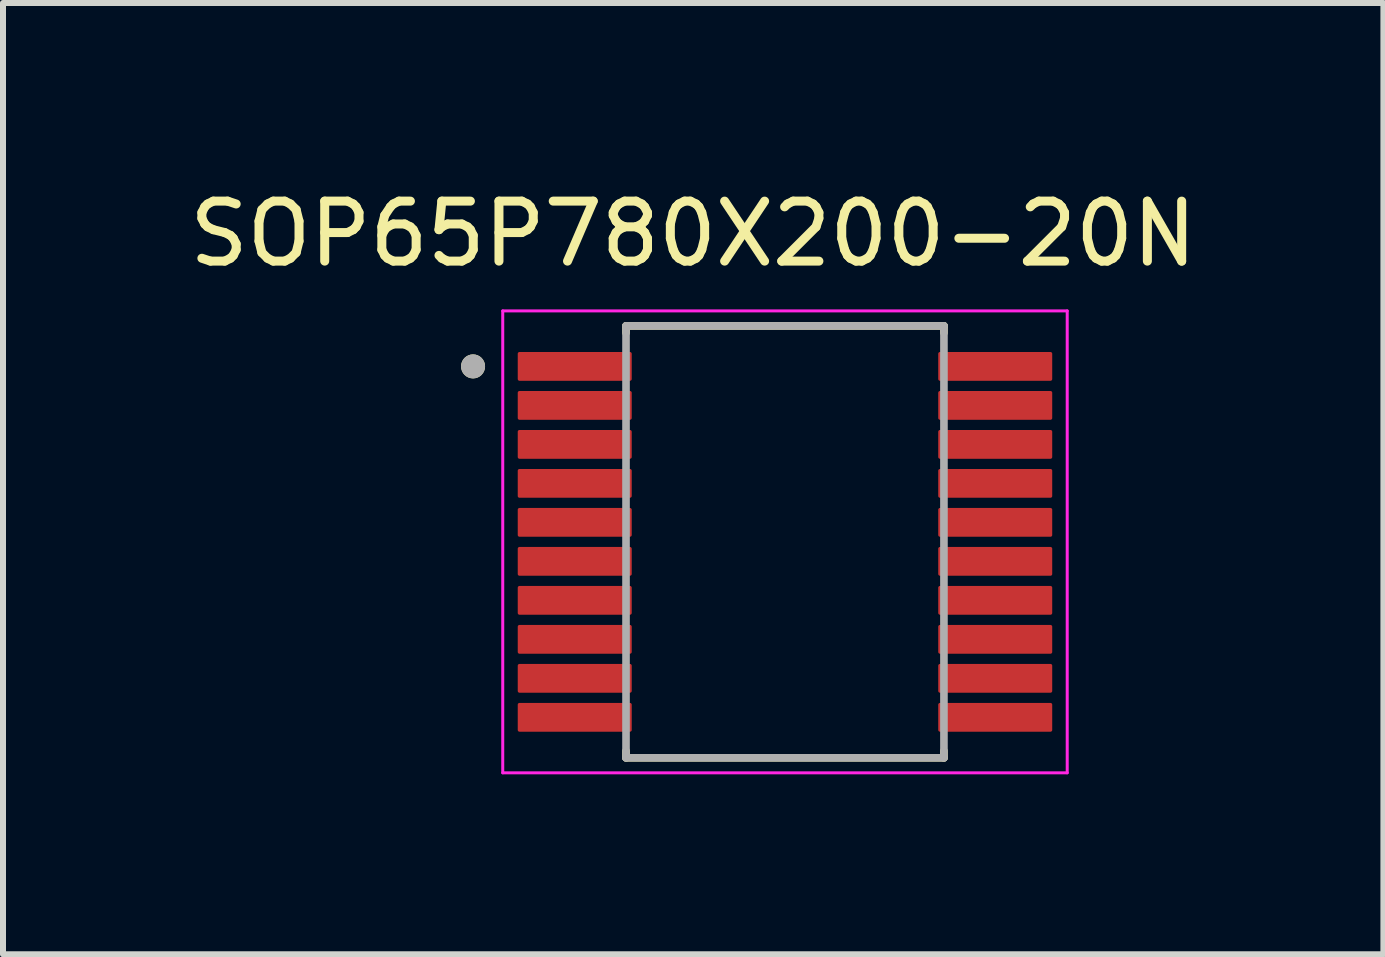
<source format=kicad_pcb>
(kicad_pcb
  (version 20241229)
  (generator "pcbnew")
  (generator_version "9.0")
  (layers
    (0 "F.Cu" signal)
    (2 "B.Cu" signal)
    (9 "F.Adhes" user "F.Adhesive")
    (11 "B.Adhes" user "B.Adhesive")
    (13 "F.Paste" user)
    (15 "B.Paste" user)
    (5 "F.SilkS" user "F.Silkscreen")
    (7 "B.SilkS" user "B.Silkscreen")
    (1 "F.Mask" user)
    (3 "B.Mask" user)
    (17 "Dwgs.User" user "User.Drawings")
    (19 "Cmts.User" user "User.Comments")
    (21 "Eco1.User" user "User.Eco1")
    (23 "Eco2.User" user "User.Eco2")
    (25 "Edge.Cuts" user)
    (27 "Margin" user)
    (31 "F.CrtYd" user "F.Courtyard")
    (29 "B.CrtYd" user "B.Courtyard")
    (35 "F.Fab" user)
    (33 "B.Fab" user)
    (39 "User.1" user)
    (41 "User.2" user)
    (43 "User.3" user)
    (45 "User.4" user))
  (footprint "SOP65P780X200-20N"
    (layer "F.Cu")
    (at 10.036 5.983)
    (property "Reference" "SOP65P780X200-20N" (at -1.53 -5.135 180) (layer "F.SilkS") (effects (font (size 1 1) (thickness 0.15))))
    (attr smd)
    (fp_poly (pts (xy -2.505 -3.145) (xy -2.505 -2.705) (xy -2.505 -2.701) (xy -2.505 -2.698) (xy -2.506 -2.694) (xy -2.507 -2.69) (xy -2.507 -2.687) (xy -2.508 -2.683) (xy -2.51 -2.68) (xy -2.511 -2.677) (xy -2.513 -2.673) (xy -2.514 -2.67) (xy -2.516 -2.667) (xy -2.518 -2.664) (xy -2.521 -2.661) (xy -2.523 -2.658) (xy -2.526 -2.656) (xy -2.528 -2.653) (xy -2.531 -2.651) (xy -2.534 -2.648) (xy -2.537 -2.646) (xy -2.54 -2.644) (xy -2.543 -2.643) (xy -2.547 -2.641) (xy -2.55 -2.64) (xy -2.553 -2.638) (xy -2.557 -2.637) (xy -2.56 -2.637) (xy -2.564 -2.636) (xy -2.568 -2.635) (xy -2.571 -2.635) (xy -2.575 -2.635) (xy -4.435 -2.635) (xy -4.439 -2.635) (xy -4.442 -2.635) (xy -4.446 -2.636) (xy -4.45 -2.637) (xy -4.453 -2.637) (xy -4.457 -2.638) (xy -4.46 -2.64) (xy -4.463 -2.641) (xy -4.467 -2.643) (xy -4.47 -2.644) (xy -4.473 -2.646) (xy -4.476 -2.648) (xy -4.479 -2.651) (xy -4.482 -2.653) (xy -4.484 -2.656) (xy -4.487 -2.658) (xy -4.489 -2.661) (xy -4.492 -2.664) (xy -4.494 -2.667) (xy -4.496 -2.67) (xy -4.497 -2.673) (xy -4.499 -2.677) (xy -4.5 -2.68) (xy -4.502 -2.683) (xy -4.503 -2.687) (xy -4.503 -2.69) (xy -4.504 -2.694) (xy -4.505 -2.698) (xy -4.505 -2.701) (xy -4.505 -2.705) (xy -4.505 -3.145) (xy -4.505 -3.149) (xy -4.505 -3.152) (xy -4.504 -3.156) (xy -4.503 -3.16) (xy -4.503 -3.163) (xy -4.502 -3.167) (xy -4.5 -3.17) (xy -4.499 -3.173) (xy -4.497 -3.177) (xy -4.496 -3.18) (xy -4.494 -3.183) (xy -4.492 -3.186) (xy -4.489 -3.189) (xy -4.487 -3.192) (xy -4.484 -3.194) (xy -4.482 -3.197) (xy -4.479 -3.199) (xy -4.476 -3.202) (xy -4.473 -3.204) (xy -4.47 -3.206) (xy -4.467 -3.207) (xy -4.463 -3.209) (xy -4.46 -3.21) (xy -4.457 -3.212) (xy -4.453 -3.213) (xy -4.45 -3.213) (xy -4.446 -3.214) (xy -4.442 -3.215) (xy -4.439 -3.215) (xy -4.435 -3.215) (xy -2.575 -3.215) (xy -2.571 -3.215) (xy -2.568 -3.215) (xy -2.564 -3.214) (xy -2.56 -3.213) (xy -2.557 -3.213) (xy -2.553 -3.212) (xy -2.55 -3.21) (xy -2.547 -3.209) (xy -2.543 -3.207) (xy -2.54 -3.206) (xy -2.537 -3.204) (xy -2.534 -3.202) (xy -2.531 -3.199) (xy -2.528 -3.197) (xy -2.526 -3.194) (xy -2.523 -3.192) (xy -2.521 -3.189) (xy -2.518 -3.186) (xy -2.516 -3.183) (xy -2.514 -3.18) (xy -2.513 -3.177) (xy -2.511 -3.173) (xy -2.51 -3.17) (xy -2.508 -3.167) (xy -2.507 -3.163) (xy -2.507 -3.16) (xy -2.506 -3.156) (xy -2.505 -3.152) (xy -2.505 -3.149) (xy -2.505 -3.145)) (stroke (width 0.01) (type solid)) (fill yes) (layer "F.Mask"))
    (fp_poly (pts (xy -2.505 -2.495) (xy -2.505 -2.055) (xy -2.505 -2.051) (xy -2.505 -2.048) (xy -2.506 -2.044) (xy -2.507 -2.04) (xy -2.507 -2.037) (xy -2.508 -2.033) (xy -2.51 -2.03) (xy -2.511 -2.027) (xy -2.513 -2.023) (xy -2.514 -2.02) (xy -2.516 -2.017) (xy -2.518 -2.014) (xy -2.521 -2.011) (xy -2.523 -2.008) (xy -2.526 -2.006) (xy -2.528 -2.003) (xy -2.531 -2.001) (xy -2.534 -1.998) (xy -2.537 -1.996) (xy -2.54 -1.994) (xy -2.543 -1.993) (xy -2.547 -1.991) (xy -2.55 -1.99) (xy -2.553 -1.988) (xy -2.557 -1.987) (xy -2.56 -1.987) (xy -2.564 -1.986) (xy -2.568 -1.985) (xy -2.571 -1.985) (xy -2.575 -1.985) (xy -4.435 -1.985) (xy -4.439 -1.985) (xy -4.442 -1.985) (xy -4.446 -1.986) (xy -4.45 -1.987) (xy -4.453 -1.987) (xy -4.457 -1.988) (xy -4.46 -1.99) (xy -4.463 -1.991) (xy -4.467 -1.993) (xy -4.47 -1.994) (xy -4.473 -1.996) (xy -4.476 -1.998) (xy -4.479 -2.001) (xy -4.482 -2.003) (xy -4.484 -2.006) (xy -4.487 -2.008) (xy -4.489 -2.011) (xy -4.492 -2.014) (xy -4.494 -2.017) (xy -4.496 -2.02) (xy -4.497 -2.023) (xy -4.499 -2.027) (xy -4.5 -2.03) (xy -4.502 -2.033) (xy -4.503 -2.037) (xy -4.503 -2.04) (xy -4.504 -2.044) (xy -4.505 -2.048) (xy -4.505 -2.051) (xy -4.505 -2.055) (xy -4.505 -2.495) (xy -4.505 -2.499) (xy -4.505 -2.502) (xy -4.504 -2.506) (xy -4.503 -2.51) (xy -4.503 -2.513) (xy -4.502 -2.517) (xy -4.5 -2.52) (xy -4.499 -2.523) (xy -4.497 -2.527) (xy -4.496 -2.53) (xy -4.494 -2.533) (xy -4.492 -2.536) (xy -4.489 -2.539) (xy -4.487 -2.542) (xy -4.484 -2.544) (xy -4.482 -2.547) (xy -4.479 -2.549) (xy -4.476 -2.552) (xy -4.473 -2.554) (xy -4.47 -2.556) (xy -4.467 -2.557) (xy -4.463 -2.559) (xy -4.46 -2.56) (xy -4.457 -2.562) (xy -4.453 -2.563) (xy -4.45 -2.563) (xy -4.446 -2.564) (xy -4.442 -2.565) (xy -4.439 -2.565) (xy -4.435 -2.565) (xy -2.575 -2.565) (xy -2.571 -2.565) (xy -2.568 -2.565) (xy -2.564 -2.564) (xy -2.56 -2.563) (xy -2.557 -2.563) (xy -2.553 -2.562) (xy -2.55 -2.56) (xy -2.547 -2.559) (xy -2.543 -2.557) (xy -2.54 -2.556) (xy -2.537 -2.554) (xy -2.534 -2.552) (xy -2.531 -2.549) (xy -2.528 -2.547) (xy -2.526 -2.544) (xy -2.523 -2.542) (xy -2.521 -2.539) (xy -2.518 -2.536) (xy -2.516 -2.533) (xy -2.514 -2.53) (xy -2.513 -2.527) (xy -2.511 -2.523) (xy -2.51 -2.52) (xy -2.508 -2.517) (xy -2.507 -2.513) (xy -2.507 -2.51) (xy -2.506 -2.506) (xy -2.505 -2.502) (xy -2.505 -2.499) (xy -2.505 -2.495)) (stroke (width 0.01) (type solid)) (fill yes) (layer "F.Mask"))
    (fp_poly (pts (xy -2.505 -1.845) (xy -2.505 -1.405) (xy -2.505 -1.401) (xy -2.505 -1.398) (xy -2.506 -1.394) (xy -2.507 -1.39) (xy -2.507 -1.387) (xy -2.508 -1.383) (xy -2.51 -1.38) (xy -2.511 -1.377) (xy -2.513 -1.373) (xy -2.514 -1.37) (xy -2.516 -1.367) (xy -2.518 -1.364) (xy -2.521 -1.361) (xy -2.523 -1.358) (xy -2.526 -1.356) (xy -2.528 -1.353) (xy -2.531 -1.351) (xy -2.534 -1.348) (xy -2.537 -1.346) (xy -2.54 -1.344) (xy -2.543 -1.343) (xy -2.547 -1.341) (xy -2.55 -1.34) (xy -2.553 -1.338) (xy -2.557 -1.337) (xy -2.56 -1.337) (xy -2.564 -1.336) (xy -2.568 -1.335) (xy -2.571 -1.335) (xy -2.575 -1.335) (xy -4.435 -1.335) (xy -4.439 -1.335) (xy -4.442 -1.335) (xy -4.446 -1.336) (xy -4.45 -1.337) (xy -4.453 -1.337) (xy -4.457 -1.338) (xy -4.46 -1.34) (xy -4.463 -1.341) (xy -4.467 -1.343) (xy -4.47 -1.344) (xy -4.473 -1.346) (xy -4.476 -1.348) (xy -4.479 -1.351) (xy -4.482 -1.353) (xy -4.484 -1.356) (xy -4.487 -1.358) (xy -4.489 -1.361) (xy -4.492 -1.364) (xy -4.494 -1.367) (xy -4.496 -1.37) (xy -4.497 -1.373) (xy -4.499 -1.377) (xy -4.5 -1.38) (xy -4.502 -1.383) (xy -4.503 -1.387) (xy -4.503 -1.39) (xy -4.504 -1.394) (xy -4.505 -1.398) (xy -4.505 -1.401) (xy -4.505 -1.405) (xy -4.505 -1.845) (xy -4.505 -1.849) (xy -4.505 -1.852) (xy -4.504 -1.856) (xy -4.503 -1.86) (xy -4.503 -1.863) (xy -4.502 -1.867) (xy -4.5 -1.87) (xy -4.499 -1.873) (xy -4.497 -1.877) (xy -4.496 -1.88) (xy -4.494 -1.883) (xy -4.492 -1.886) (xy -4.489 -1.889) (xy -4.487 -1.892) (xy -4.484 -1.894) (xy -4.482 -1.897) (xy -4.479 -1.899) (xy -4.476 -1.902) (xy -4.473 -1.904) (xy -4.47 -1.906) (xy -4.467 -1.907) (xy -4.463 -1.909) (xy -4.46 -1.91) (xy -4.457 -1.912) (xy -4.453 -1.913) (xy -4.45 -1.913) (xy -4.446 -1.914) (xy -4.442 -1.915) (xy -4.439 -1.915) (xy -4.435 -1.915) (xy -2.575 -1.915) (xy -2.571 -1.915) (xy -2.568 -1.915) (xy -2.564 -1.914) (xy -2.56 -1.913) (xy -2.557 -1.913) (xy -2.553 -1.912) (xy -2.55 -1.91) (xy -2.547 -1.909) (xy -2.543 -1.907) (xy -2.54 -1.906) (xy -2.537 -1.904) (xy -2.534 -1.902) (xy -2.531 -1.899) (xy -2.528 -1.897) (xy -2.526 -1.894) (xy -2.523 -1.892) (xy -2.521 -1.889) (xy -2.518 -1.886) (xy -2.516 -1.883) (xy -2.514 -1.88) (xy -2.513 -1.877) (xy -2.511 -1.873) (xy -2.51 -1.87) (xy -2.508 -1.867) (xy -2.507 -1.863) (xy -2.507 -1.86) (xy -2.506 -1.856) (xy -2.505 -1.852) (xy -2.505 -1.849) (xy -2.505 -1.845)) (stroke (width 0.01) (type solid)) (fill yes) (layer "F.Mask"))
    (fp_poly (pts (xy -2.505 -1.195) (xy -2.505 -0.755) (xy -2.505 -0.751) (xy -2.505 -0.748) (xy -2.506 -0.744) (xy -2.507 -0.74) (xy -2.507 -0.737) (xy -2.508 -0.733) (xy -2.51 -0.73) (xy -2.511 -0.727) (xy -2.513 -0.723) (xy -2.514 -0.72) (xy -2.516 -0.717) (xy -2.518 -0.714) (xy -2.521 -0.711) (xy -2.523 -0.708) (xy -2.526 -0.706) (xy -2.528 -0.703) (xy -2.531 -0.701) (xy -2.534 -0.698) (xy -2.537 -0.696) (xy -2.54 -0.694) (xy -2.543 -0.693) (xy -2.547 -0.691) (xy -2.55 -0.69) (xy -2.553 -0.688) (xy -2.557 -0.687) (xy -2.56 -0.687) (xy -2.564 -0.686) (xy -2.568 -0.685) (xy -2.571 -0.685) (xy -2.575 -0.685) (xy -4.435 -0.685) (xy -4.439 -0.685) (xy -4.442 -0.685) (xy -4.446 -0.686) (xy -4.45 -0.687) (xy -4.453 -0.687) (xy -4.457 -0.688) (xy -4.46 -0.69) (xy -4.463 -0.691) (xy -4.467 -0.693) (xy -4.47 -0.694) (xy -4.473 -0.696) (xy -4.476 -0.698) (xy -4.479 -0.701) (xy -4.482 -0.703) (xy -4.484 -0.706) (xy -4.487 -0.708) (xy -4.489 -0.711) (xy -4.492 -0.714) (xy -4.494 -0.717) (xy -4.496 -0.72) (xy -4.497 -0.723) (xy -4.499 -0.727) (xy -4.5 -0.73) (xy -4.502 -0.733) (xy -4.503 -0.737) (xy -4.503 -0.74) (xy -4.504 -0.744) (xy -4.505 -0.748) (xy -4.505 -0.751) (xy -4.505 -0.755) (xy -4.505 -1.195) (xy -4.505 -1.199) (xy -4.505 -1.202) (xy -4.504 -1.206) (xy -4.503 -1.21) (xy -4.503 -1.213) (xy -4.502 -1.217) (xy -4.5 -1.22) (xy -4.499 -1.223) (xy -4.497 -1.227) (xy -4.496 -1.23) (xy -4.494 -1.233) (xy -4.492 -1.236) (xy -4.489 -1.239) (xy -4.487 -1.242) (xy -4.484 -1.244) (xy -4.482 -1.247) (xy -4.479 -1.249) (xy -4.476 -1.252) (xy -4.473 -1.254) (xy -4.47 -1.256) (xy -4.467 -1.257) (xy -4.463 -1.259) (xy -4.46 -1.26) (xy -4.457 -1.262) (xy -4.453 -1.263) (xy -4.45 -1.263) (xy -4.446 -1.264) (xy -4.442 -1.265) (xy -4.439 -1.265) (xy -4.435 -1.265) (xy -2.575 -1.265) (xy -2.571 -1.265) (xy -2.568 -1.265) (xy -2.564 -1.264) (xy -2.56 -1.263) (xy -2.557 -1.263) (xy -2.553 -1.262) (xy -2.55 -1.26) (xy -2.547 -1.259) (xy -2.543 -1.257) (xy -2.54 -1.256) (xy -2.537 -1.254) (xy -2.534 -1.252) (xy -2.531 -1.249) (xy -2.528 -1.247) (xy -2.526 -1.244) (xy -2.523 -1.242) (xy -2.521 -1.239) (xy -2.518 -1.236) (xy -2.516 -1.233) (xy -2.514 -1.23) (xy -2.513 -1.227) (xy -2.511 -1.223) (xy -2.51 -1.22) (xy -2.508 -1.217) (xy -2.507 -1.213) (xy -2.507 -1.21) (xy -2.506 -1.206) (xy -2.505 -1.202) (xy -2.505 -1.199) (xy -2.505 -1.195)) (stroke (width 0.01) (type solid)) (fill yes) (layer "F.Mask"))
    (fp_poly (pts (xy -2.505 -0.545) (xy -2.505 -0.105) (xy -2.505 -0.101) (xy -2.505 -0.098) (xy -2.506 -0.094) (xy -2.507 -0.09) (xy -2.507 -0.087) (xy -2.508 -0.083) (xy -2.51 -0.08) (xy -2.511 -0.077) (xy -2.513 -0.073) (xy -2.514 -0.07) (xy -2.516 -0.067) (xy -2.518 -0.064) (xy -2.521 -0.061) (xy -2.523 -0.058) (xy -2.526 -0.056) (xy -2.528 -0.053) (xy -2.531 -0.051) (xy -2.534 -0.048) (xy -2.537 -0.046) (xy -2.54 -0.044) (xy -2.543 -0.043) (xy -2.547 -0.041) (xy -2.55 -0.04) (xy -2.553 -0.038) (xy -2.557 -0.037) (xy -2.56 -0.037) (xy -2.564 -0.036) (xy -2.568 -0.035) (xy -2.571 -0.035) (xy -2.575 -0.035) (xy -4.435 -0.035) (xy -4.439 -0.035) (xy -4.442 -0.035) (xy -4.446 -0.036) (xy -4.45 -0.037) (xy -4.453 -0.037) (xy -4.457 -0.038) (xy -4.46 -0.04) (xy -4.463 -0.041) (xy -4.467 -0.043) (xy -4.47 -0.044) (xy -4.473 -0.046) (xy -4.476 -0.048) (xy -4.479 -0.051) (xy -4.482 -0.053) (xy -4.484 -0.056) (xy -4.487 -0.058) (xy -4.489 -0.061) (xy -4.492 -0.064) (xy -4.494 -0.067) (xy -4.496 -0.07) (xy -4.497 -0.073) (xy -4.499 -0.077) (xy -4.5 -0.08) (xy -4.502 -0.083) (xy -4.503 -0.087) (xy -4.503 -0.09) (xy -4.504 -0.094) (xy -4.505 -0.098) (xy -4.505 -0.101) (xy -4.505 -0.105) (xy -4.505 -0.545) (xy -4.505 -0.549) (xy -4.505 -0.552) (xy -4.504 -0.556) (xy -4.503 -0.56) (xy -4.503 -0.563) (xy -4.502 -0.567) (xy -4.5 -0.57) (xy -4.499 -0.573) (xy -4.497 -0.577) (xy -4.496 -0.58) (xy -4.494 -0.583) (xy -4.492 -0.586) (xy -4.489 -0.589) (xy -4.487 -0.592) (xy -4.484 -0.594) (xy -4.482 -0.597) (xy -4.479 -0.599) (xy -4.476 -0.602) (xy -4.473 -0.604) (xy -4.47 -0.606) (xy -4.467 -0.607) (xy -4.463 -0.609) (xy -4.46 -0.61) (xy -4.457 -0.612) (xy -4.453 -0.613) (xy -4.45 -0.613) (xy -4.446 -0.614) (xy -4.442 -0.615) (xy -4.439 -0.615) (xy -4.435 -0.615) (xy -2.575 -0.615) (xy -2.571 -0.615) (xy -2.568 -0.615) (xy -2.564 -0.614) (xy -2.56 -0.613) (xy -2.557 -0.613) (xy -2.553 -0.612) (xy -2.55 -0.61) (xy -2.547 -0.609) (xy -2.543 -0.607) (xy -2.54 -0.606) (xy -2.537 -0.604) (xy -2.534 -0.602) (xy -2.531 -0.599) (xy -2.528 -0.597) (xy -2.526 -0.594) (xy -2.523 -0.592) (xy -2.521 -0.589) (xy -2.518 -0.586) (xy -2.516 -0.583) (xy -2.514 -0.58) (xy -2.513 -0.577) (xy -2.511 -0.573) (xy -2.51 -0.57) (xy -2.508 -0.567) (xy -2.507 -0.563) (xy -2.507 -0.56) (xy -2.506 -0.556) (xy -2.505 -0.552) (xy -2.505 -0.549) (xy -2.505 -0.545)) (stroke (width 0.01) (type solid)) (fill yes) (layer "F.Mask"))
    (fp_poly (pts (xy -2.505 0.105) (xy -2.505 0.545) (xy -2.505 0.549) (xy -2.505 0.552) (xy -2.506 0.556) (xy -2.507 0.56) (xy -2.507 0.563) (xy -2.508 0.567) (xy -2.51 0.57) (xy -2.511 0.573) (xy -2.513 0.577) (xy -2.514 0.58) (xy -2.516 0.583) (xy -2.518 0.586) (xy -2.521 0.589) (xy -2.523 0.592) (xy -2.526 0.594) (xy -2.528 0.597) (xy -2.531 0.599) (xy -2.534 0.602) (xy -2.537 0.604) (xy -2.54 0.606) (xy -2.543 0.607) (xy -2.547 0.609) (xy -2.55 0.61) (xy -2.553 0.612) (xy -2.557 0.613) (xy -2.56 0.613) (xy -2.564 0.614) (xy -2.568 0.615) (xy -2.571 0.615) (xy -2.575 0.615) (xy -4.435 0.615) (xy -4.439 0.615) (xy -4.442 0.615) (xy -4.446 0.614) (xy -4.45 0.613) (xy -4.453 0.613) (xy -4.457 0.612) (xy -4.46 0.61) (xy -4.463 0.609) (xy -4.467 0.607) (xy -4.47 0.606) (xy -4.473 0.604) (xy -4.476 0.602) (xy -4.479 0.599) (xy -4.482 0.597) (xy -4.484 0.594) (xy -4.487 0.592) (xy -4.489 0.589) (xy -4.492 0.586) (xy -4.494 0.583) (xy -4.496 0.58) (xy -4.497 0.577) (xy -4.499 0.573) (xy -4.5 0.57) (xy -4.502 0.567) (xy -4.503 0.563) (xy -4.503 0.56) (xy -4.504 0.556) (xy -4.505 0.552) (xy -4.505 0.549) (xy -4.505 0.545) (xy -4.505 0.105) (xy -4.505 0.101) (xy -4.505 0.098) (xy -4.504 0.094) (xy -4.503 0.09) (xy -4.503 0.087) (xy -4.502 0.083) (xy -4.5 0.08) (xy -4.499 0.077) (xy -4.497 0.073) (xy -4.496 0.07) (xy -4.494 0.067) (xy -4.492 0.064) (xy -4.489 0.061) (xy -4.487 0.058) (xy -4.484 0.056) (xy -4.482 0.053) (xy -4.479 0.051) (xy -4.476 0.048) (xy -4.473 0.046) (xy -4.47 0.044) (xy -4.467 0.043) (xy -4.463 0.041) (xy -4.46 0.04) (xy -4.457 0.038) (xy -4.453 0.037) (xy -4.45 0.037) (xy -4.446 0.036) (xy -4.442 0.035) (xy -4.439 0.035) (xy -4.435 0.035) (xy -2.575 0.035) (xy -2.571 0.035) (xy -2.568 0.035) (xy -2.564 0.036) (xy -2.56 0.037) (xy -2.557 0.037) (xy -2.553 0.038) (xy -2.55 0.04) (xy -2.547 0.041) (xy -2.543 0.043) (xy -2.54 0.044) (xy -2.537 0.046) (xy -2.534 0.048) (xy -2.531 0.051) (xy -2.528 0.053) (xy -2.526 0.056) (xy -2.523 0.058) (xy -2.521 0.061) (xy -2.518 0.064) (xy -2.516 0.067) (xy -2.514 0.07) (xy -2.513 0.073) (xy -2.511 0.077) (xy -2.51 0.08) (xy -2.508 0.083) (xy -2.507 0.087) (xy -2.507 0.09) (xy -2.506 0.094) (xy -2.505 0.098) (xy -2.505 0.101) (xy -2.505 0.105)) (stroke (width 0.01) (type solid)) (fill yes) (layer "F.Mask"))
    (fp_poly (pts (xy -2.505 0.755) (xy -2.505 1.195) (xy -2.505 1.199) (xy -2.505 1.202) (xy -2.506 1.206) (xy -2.507 1.21) (xy -2.507 1.213) (xy -2.508 1.217) (xy -2.51 1.22) (xy -2.511 1.223) (xy -2.513 1.227) (xy -2.514 1.23) (xy -2.516 1.233) (xy -2.518 1.236) (xy -2.521 1.239) (xy -2.523 1.242) (xy -2.526 1.244) (xy -2.528 1.247) (xy -2.531 1.249) (xy -2.534 1.252) (xy -2.537 1.254) (xy -2.54 1.256) (xy -2.543 1.257) (xy -2.547 1.259) (xy -2.55 1.26) (xy -2.553 1.262) (xy -2.557 1.263) (xy -2.56 1.263) (xy -2.564 1.264) (xy -2.568 1.265) (xy -2.571 1.265) (xy -2.575 1.265) (xy -4.435 1.265) (xy -4.439 1.265) (xy -4.442 1.265) (xy -4.446 1.264) (xy -4.45 1.263) (xy -4.453 1.263) (xy -4.457 1.262) (xy -4.46 1.26) (xy -4.463 1.259) (xy -4.467 1.257) (xy -4.47 1.256) (xy -4.473 1.254) (xy -4.476 1.252) (xy -4.479 1.249) (xy -4.482 1.247) (xy -4.484 1.244) (xy -4.487 1.242) (xy -4.489 1.239) (xy -4.492 1.236) (xy -4.494 1.233) (xy -4.496 1.23) (xy -4.497 1.227) (xy -4.499 1.223) (xy -4.5 1.22) (xy -4.502 1.217) (xy -4.503 1.213) (xy -4.503 1.21) (xy -4.504 1.206) (xy -4.505 1.202) (xy -4.505 1.199) (xy -4.505 1.195) (xy -4.505 0.755) (xy -4.505 0.751) (xy -4.505 0.748) (xy -4.504 0.744) (xy -4.503 0.74) (xy -4.503 0.737) (xy -4.502 0.733) (xy -4.5 0.73) (xy -4.499 0.727) (xy -4.497 0.723) (xy -4.496 0.72) (xy -4.494 0.717) (xy -4.492 0.714) (xy -4.489 0.711) (xy -4.487 0.708) (xy -4.484 0.706) (xy -4.482 0.703) (xy -4.479 0.701) (xy -4.476 0.698) (xy -4.473 0.696) (xy -4.47 0.694) (xy -4.467 0.693) (xy -4.463 0.691) (xy -4.46 0.69) (xy -4.457 0.688) (xy -4.453 0.687) (xy -4.45 0.687) (xy -4.446 0.686) (xy -4.442 0.685) (xy -4.439 0.685) (xy -4.435 0.685) (xy -2.575 0.685) (xy -2.571 0.685) (xy -2.568 0.685) (xy -2.564 0.686) (xy -2.56 0.687) (xy -2.557 0.687) (xy -2.553 0.688) (xy -2.55 0.69) (xy -2.547 0.691) (xy -2.543 0.693) (xy -2.54 0.694) (xy -2.537 0.696) (xy -2.534 0.698) (xy -2.531 0.701) (xy -2.528 0.703) (xy -2.526 0.706) (xy -2.523 0.708) (xy -2.521 0.711) (xy -2.518 0.714) (xy -2.516 0.717) (xy -2.514 0.72) (xy -2.513 0.723) (xy -2.511 0.727) (xy -2.51 0.73) (xy -2.508 0.733) (xy -2.507 0.737) (xy -2.507 0.74) (xy -2.506 0.744) (xy -2.505 0.748) (xy -2.505 0.751) (xy -2.505 0.755)) (stroke (width 0.01) (type solid)) (fill yes) (layer "F.Mask"))
    (fp_poly (pts (xy -2.505 1.405) (xy -2.505 1.845) (xy -2.505 1.849) (xy -2.505 1.852) (xy -2.506 1.856) (xy -2.507 1.86) (xy -2.507 1.863) (xy -2.508 1.867) (xy -2.51 1.87) (xy -2.511 1.873) (xy -2.513 1.877) (xy -2.514 1.88) (xy -2.516 1.883) (xy -2.518 1.886) (xy -2.521 1.889) (xy -2.523 1.892) (xy -2.526 1.894) (xy -2.528 1.897) (xy -2.531 1.899) (xy -2.534 1.902) (xy -2.537 1.904) (xy -2.54 1.906) (xy -2.543 1.907) (xy -2.547 1.909) (xy -2.55 1.91) (xy -2.553 1.912) (xy -2.557 1.913) (xy -2.56 1.913) (xy -2.564 1.914) (xy -2.568 1.915) (xy -2.571 1.915) (xy -2.575 1.915) (xy -4.435 1.915) (xy -4.439 1.915) (xy -4.442 1.915) (xy -4.446 1.914) (xy -4.45 1.913) (xy -4.453 1.913) (xy -4.457 1.912) (xy -4.46 1.91) (xy -4.463 1.909) (xy -4.467 1.907) (xy -4.47 1.906) (xy -4.473 1.904) (xy -4.476 1.902) (xy -4.479 1.899) (xy -4.482 1.897) (xy -4.484 1.894) (xy -4.487 1.892) (xy -4.489 1.889) (xy -4.492 1.886) (xy -4.494 1.883) (xy -4.496 1.88) (xy -4.497 1.877) (xy -4.499 1.873) (xy -4.5 1.87) (xy -4.502 1.867) (xy -4.503 1.863) (xy -4.503 1.86) (xy -4.504 1.856) (xy -4.505 1.852) (xy -4.505 1.849) (xy -4.505 1.845) (xy -4.505 1.405) (xy -4.505 1.401) (xy -4.505 1.398) (xy -4.504 1.394) (xy -4.503 1.39) (xy -4.503 1.387) (xy -4.502 1.383) (xy -4.5 1.38) (xy -4.499 1.377) (xy -4.497 1.373) (xy -4.496 1.37) (xy -4.494 1.367) (xy -4.492 1.364) (xy -4.489 1.361) (xy -4.487 1.358) (xy -4.484 1.356) (xy -4.482 1.353) (xy -4.479 1.351) (xy -4.476 1.348) (xy -4.473 1.346) (xy -4.47 1.344) (xy -4.467 1.343) (xy -4.463 1.341) (xy -4.46 1.34) (xy -4.457 1.338) (xy -4.453 1.337) (xy -4.45 1.337) (xy -4.446 1.336) (xy -4.442 1.335) (xy -4.439 1.335) (xy -4.435 1.335) (xy -2.575 1.335) (xy -2.571 1.335) (xy -2.568 1.335) (xy -2.564 1.336) (xy -2.56 1.337) (xy -2.557 1.337) (xy -2.553 1.338) (xy -2.55 1.34) (xy -2.547 1.341) (xy -2.543 1.343) (xy -2.54 1.344) (xy -2.537 1.346) (xy -2.534 1.348) (xy -2.531 1.351) (xy -2.528 1.353) (xy -2.526 1.356) (xy -2.523 1.358) (xy -2.521 1.361) (xy -2.518 1.364) (xy -2.516 1.367) (xy -2.514 1.37) (xy -2.513 1.373) (xy -2.511 1.377) (xy -2.51 1.38) (xy -2.508 1.383) (xy -2.507 1.387) (xy -2.507 1.39) (xy -2.506 1.394) (xy -2.505 1.398) (xy -2.505 1.401) (xy -2.505 1.405)) (stroke (width 0.01) (type solid)) (fill yes) (layer "F.Mask"))
    (fp_poly (pts (xy -2.505 2.055) (xy -2.505 2.495) (xy -2.505 2.499) (xy -2.505 2.502) (xy -2.506 2.506) (xy -2.507 2.51) (xy -2.507 2.513) (xy -2.508 2.517) (xy -2.51 2.52) (xy -2.511 2.523) (xy -2.513 2.527) (xy -2.514 2.53) (xy -2.516 2.533) (xy -2.518 2.536) (xy -2.521 2.539) (xy -2.523 2.542) (xy -2.526 2.544) (xy -2.528 2.547) (xy -2.531 2.549) (xy -2.534 2.552) (xy -2.537 2.554) (xy -2.54 2.556) (xy -2.543 2.557) (xy -2.547 2.559) (xy -2.55 2.56) (xy -2.553 2.562) (xy -2.557 2.563) (xy -2.56 2.563) (xy -2.564 2.564) (xy -2.568 2.565) (xy -2.571 2.565) (xy -2.575 2.565) (xy -4.435 2.565) (xy -4.439 2.565) (xy -4.442 2.565) (xy -4.446 2.564) (xy -4.45 2.563) (xy -4.453 2.563) (xy -4.457 2.562) (xy -4.46 2.56) (xy -4.463 2.559) (xy -4.467 2.557) (xy -4.47 2.556) (xy -4.473 2.554) (xy -4.476 2.552) (xy -4.479 2.549) (xy -4.482 2.547) (xy -4.484 2.544) (xy -4.487 2.542) (xy -4.489 2.539) (xy -4.492 2.536) (xy -4.494 2.533) (xy -4.496 2.53) (xy -4.497 2.527) (xy -4.499 2.523) (xy -4.5 2.52) (xy -4.502 2.517) (xy -4.503 2.513) (xy -4.503 2.51) (xy -4.504 2.506) (xy -4.505 2.502) (xy -4.505 2.499) (xy -4.505 2.495) (xy -4.505 2.055) (xy -4.505 2.051) (xy -4.505 2.048) (xy -4.504 2.044) (xy -4.503 2.04) (xy -4.503 2.037) (xy -4.502 2.033) (xy -4.5 2.03) (xy -4.499 2.027) (xy -4.497 2.023) (xy -4.496 2.02) (xy -4.494 2.017) (xy -4.492 2.014) (xy -4.489 2.011) (xy -4.487 2.008) (xy -4.484 2.006) (xy -4.482 2.003) (xy -4.479 2.001) (xy -4.476 1.998) (xy -4.473 1.996) (xy -4.47 1.994) (xy -4.467 1.993) (xy -4.463 1.991) (xy -4.46 1.99) (xy -4.457 1.988) (xy -4.453 1.987) (xy -4.45 1.987) (xy -4.446 1.986) (xy -4.442 1.985) (xy -4.439 1.985) (xy -4.435 1.985) (xy -2.575 1.985) (xy -2.571 1.985) (xy -2.568 1.985) (xy -2.564 1.986) (xy -2.56 1.987) (xy -2.557 1.987) (xy -2.553 1.988) (xy -2.55 1.99) (xy -2.547 1.991) (xy -2.543 1.993) (xy -2.54 1.994) (xy -2.537 1.996) (xy -2.534 1.998) (xy -2.531 2.001) (xy -2.528 2.003) (xy -2.526 2.006) (xy -2.523 2.008) (xy -2.521 2.011) (xy -2.518 2.014) (xy -2.516 2.017) (xy -2.514 2.02) (xy -2.513 2.023) (xy -2.511 2.027) (xy -2.51 2.03) (xy -2.508 2.033) (xy -2.507 2.037) (xy -2.507 2.04) (xy -2.506 2.044) (xy -2.505 2.048) (xy -2.505 2.051) (xy -2.505 2.055)) (stroke (width 0.01) (type solid)) (fill yes) (layer "F.Mask"))
    (fp_poly (pts (xy -2.505 2.705) (xy -2.505 3.145) (xy -2.505 3.149) (xy -2.505 3.152) (xy -2.506 3.156) (xy -2.507 3.16) (xy -2.507 3.163) (xy -2.508 3.167) (xy -2.51 3.17) (xy -2.511 3.173) (xy -2.513 3.177) (xy -2.514 3.18) (xy -2.516 3.183) (xy -2.518 3.186) (xy -2.521 3.189) (xy -2.523 3.192) (xy -2.526 3.194) (xy -2.528 3.197) (xy -2.531 3.199) (xy -2.534 3.202) (xy -2.537 3.204) (xy -2.54 3.206) (xy -2.543 3.207) (xy -2.547 3.209) (xy -2.55 3.21) (xy -2.553 3.212) (xy -2.557 3.213) (xy -2.56 3.213) (xy -2.564 3.214) (xy -2.568 3.215) (xy -2.571 3.215) (xy -2.575 3.215) (xy -4.435 3.215) (xy -4.439 3.215) (xy -4.442 3.215) (xy -4.446 3.214) (xy -4.45 3.213) (xy -4.453 3.213) (xy -4.457 3.212) (xy -4.46 3.21) (xy -4.463 3.209) (xy -4.467 3.207) (xy -4.47 3.206) (xy -4.473 3.204) (xy -4.476 3.202) (xy -4.479 3.199) (xy -4.482 3.197) (xy -4.484 3.194) (xy -4.487 3.192) (xy -4.489 3.189) (xy -4.492 3.186) (xy -4.494 3.183) (xy -4.496 3.18) (xy -4.497 3.177) (xy -4.499 3.173) (xy -4.5 3.17) (xy -4.502 3.167) (xy -4.503 3.163) (xy -4.503 3.16) (xy -4.504 3.156) (xy -4.505 3.152) (xy -4.505 3.149) (xy -4.505 3.145) (xy -4.505 2.705) (xy -4.505 2.701) (xy -4.505 2.698) (xy -4.504 2.694) (xy -4.503 2.69) (xy -4.503 2.687) (xy -4.502 2.683) (xy -4.5 2.68) (xy -4.499 2.677) (xy -4.497 2.673) (xy -4.496 2.67) (xy -4.494 2.667) (xy -4.492 2.664) (xy -4.489 2.661) (xy -4.487 2.658) (xy -4.484 2.656) (xy -4.482 2.653) (xy -4.479 2.651) (xy -4.476 2.648) (xy -4.473 2.646) (xy -4.47 2.644) (xy -4.467 2.643) (xy -4.463 2.641) (xy -4.46 2.64) (xy -4.457 2.638) (xy -4.453 2.637) (xy -4.45 2.637) (xy -4.446 2.636) (xy -4.442 2.635) (xy -4.439 2.635) (xy -4.435 2.635) (xy -2.575 2.635) (xy -2.571 2.635) (xy -2.568 2.635) (xy -2.564 2.636) (xy -2.56 2.637) (xy -2.557 2.637) (xy -2.553 2.638) (xy -2.55 2.64) (xy -2.547 2.641) (xy -2.543 2.643) (xy -2.54 2.644) (xy -2.537 2.646) (xy -2.534 2.648) (xy -2.531 2.651) (xy -2.528 2.653) (xy -2.526 2.656) (xy -2.523 2.658) (xy -2.521 2.661) (xy -2.518 2.664) (xy -2.516 2.667) (xy -2.514 2.67) (xy -2.513 2.673) (xy -2.511 2.677) (xy -2.51 2.68) (xy -2.508 2.683) (xy -2.507 2.687) (xy -2.507 2.69) (xy -2.506 2.694) (xy -2.505 2.698) (xy -2.505 2.701) (xy -2.505 2.705)) (stroke (width 0.01) (type solid)) (fill yes) (layer "F.Mask"))
    (fp_poly (pts (xy 4.505 -3.145) (xy 4.505 -2.705) (xy 4.505 -2.701) (xy 4.505 -2.698) (xy 4.504 -2.694) (xy 4.503 -2.69) (xy 4.503 -2.687) (xy 4.502 -2.683) (xy 4.5 -2.68) (xy 4.499 -2.677) (xy 4.497 -2.673) (xy 4.496 -2.67) (xy 4.494 -2.667) (xy 4.492 -2.664) (xy 4.489 -2.661) (xy 4.487 -2.658) (xy 4.484 -2.656) (xy 4.482 -2.653) (xy 4.479 -2.651) (xy 4.476 -2.648) (xy 4.473 -2.646) (xy 4.47 -2.644) (xy 4.467 -2.643) (xy 4.463 -2.641) (xy 4.46 -2.64) (xy 4.457 -2.638) (xy 4.453 -2.637) (xy 4.45 -2.637) (xy 4.446 -2.636) (xy 4.442 -2.635) (xy 4.439 -2.635) (xy 4.435 -2.635) (xy 2.575 -2.635) (xy 2.571 -2.635) (xy 2.568 -2.635) (xy 2.564 -2.636) (xy 2.56 -2.637) (xy 2.557 -2.637) (xy 2.553 -2.638) (xy 2.55 -2.64) (xy 2.547 -2.641) (xy 2.543 -2.643) (xy 2.54 -2.644) (xy 2.537 -2.646) (xy 2.534 -2.648) (xy 2.531 -2.651) (xy 2.528 -2.653) (xy 2.526 -2.656) (xy 2.523 -2.658) (xy 2.521 -2.661) (xy 2.518 -2.664) (xy 2.516 -2.667) (xy 2.514 -2.67) (xy 2.513 -2.673) (xy 2.511 -2.677) (xy 2.51 -2.68) (xy 2.508 -2.683) (xy 2.507 -2.687) (xy 2.507 -2.69) (xy 2.506 -2.694) (xy 2.505 -2.698) (xy 2.505 -2.701) (xy 2.505 -2.705) (xy 2.505 -3.145) (xy 2.505 -3.149) (xy 2.505 -3.152) (xy 2.506 -3.156) (xy 2.507 -3.16) (xy 2.507 -3.163) (xy 2.508 -3.167) (xy 2.51 -3.17) (xy 2.511 -3.173) (xy 2.513 -3.177) (xy 2.514 -3.18) (xy 2.516 -3.183) (xy 2.518 -3.186) (xy 2.521 -3.189) (xy 2.523 -3.192) (xy 2.526 -3.194) (xy 2.528 -3.197) (xy 2.531 -3.199) (xy 2.534 -3.202) (xy 2.537 -3.204) (xy 2.54 -3.206) (xy 2.543 -3.207) (xy 2.547 -3.209) (xy 2.55 -3.21) (xy 2.553 -3.212) (xy 2.557 -3.213) (xy 2.56 -3.213) (xy 2.564 -3.214) (xy 2.568 -3.215) (xy 2.571 -3.215) (xy 2.575 -3.215) (xy 4.435 -3.215) (xy 4.439 -3.215) (xy 4.442 -3.215) (xy 4.446 -3.214) (xy 4.45 -3.213) (xy 4.453 -3.213) (xy 4.457 -3.212) (xy 4.46 -3.21) (xy 4.463 -3.209) (xy 4.467 -3.207) (xy 4.47 -3.206) (xy 4.473 -3.204) (xy 4.476 -3.202) (xy 4.479 -3.199) (xy 4.482 -3.197) (xy 4.484 -3.194) (xy 4.487 -3.192) (xy 4.489 -3.189) (xy 4.492 -3.186) (xy 4.494 -3.183) (xy 4.496 -3.18) (xy 4.497 -3.177) (xy 4.499 -3.173) (xy 4.5 -3.17) (xy 4.502 -3.167) (xy 4.503 -3.163) (xy 4.503 -3.16) (xy 4.504 -3.156) (xy 4.505 -3.152) (xy 4.505 -3.149) (xy 4.505 -3.145)) (stroke (width 0.01) (type solid)) (fill yes) (layer "F.Mask"))
    (fp_poly (pts (xy 4.505 -2.495) (xy 4.505 -2.055) (xy 4.505 -2.051) (xy 4.505 -2.048) (xy 4.504 -2.044) (xy 4.503 -2.04) (xy 4.503 -2.037) (xy 4.502 -2.033) (xy 4.5 -2.03) (xy 4.499 -2.027) (xy 4.497 -2.023) (xy 4.496 -2.02) (xy 4.494 -2.017) (xy 4.492 -2.014) (xy 4.489 -2.011) (xy 4.487 -2.008) (xy 4.484 -2.006) (xy 4.482 -2.003) (xy 4.479 -2.001) (xy 4.476 -1.998) (xy 4.473 -1.996) (xy 4.47 -1.994) (xy 4.467 -1.993) (xy 4.463 -1.991) (xy 4.46 -1.99) (xy 4.457 -1.988) (xy 4.453 -1.987) (xy 4.45 -1.987) (xy 4.446 -1.986) (xy 4.442 -1.985) (xy 4.439 -1.985) (xy 4.435 -1.985) (xy 2.575 -1.985) (xy 2.571 -1.985) (xy 2.568 -1.985) (xy 2.564 -1.986) (xy 2.56 -1.987) (xy 2.557 -1.987) (xy 2.553 -1.988) (xy 2.55 -1.99) (xy 2.547 -1.991) (xy 2.543 -1.993) (xy 2.54 -1.994) (xy 2.537 -1.996) (xy 2.534 -1.998) (xy 2.531 -2.001) (xy 2.528 -2.003) (xy 2.526 -2.006) (xy 2.523 -2.008) (xy 2.521 -2.011) (xy 2.518 -2.014) (xy 2.516 -2.017) (xy 2.514 -2.02) (xy 2.513 -2.023) (xy 2.511 -2.027) (xy 2.51 -2.03) (xy 2.508 -2.033) (xy 2.507 -2.037) (xy 2.507 -2.04) (xy 2.506 -2.044) (xy 2.505 -2.048) (xy 2.505 -2.051) (xy 2.505 -2.055) (xy 2.505 -2.495) (xy 2.505 -2.499) (xy 2.505 -2.502) (xy 2.506 -2.506) (xy 2.507 -2.51) (xy 2.507 -2.513) (xy 2.508 -2.517) (xy 2.51 -2.52) (xy 2.511 -2.523) (xy 2.513 -2.527) (xy 2.514 -2.53) (xy 2.516 -2.533) (xy 2.518 -2.536) (xy 2.521 -2.539) (xy 2.523 -2.542) (xy 2.526 -2.544) (xy 2.528 -2.547) (xy 2.531 -2.549) (xy 2.534 -2.552) (xy 2.537 -2.554) (xy 2.54 -2.556) (xy 2.543 -2.557) (xy 2.547 -2.559) (xy 2.55 -2.56) (xy 2.553 -2.562) (xy 2.557 -2.563) (xy 2.56 -2.563) (xy 2.564 -2.564) (xy 2.568 -2.565) (xy 2.571 -2.565) (xy 2.575 -2.565) (xy 4.435 -2.565) (xy 4.439 -2.565) (xy 4.442 -2.565) (xy 4.446 -2.564) (xy 4.45 -2.563) (xy 4.453 -2.563) (xy 4.457 -2.562) (xy 4.46 -2.56) (xy 4.463 -2.559) (xy 4.467 -2.557) (xy 4.47 -2.556) (xy 4.473 -2.554) (xy 4.476 -2.552) (xy 4.479 -2.549) (xy 4.482 -2.547) (xy 4.484 -2.544) (xy 4.487 -2.542) (xy 4.489 -2.539) (xy 4.492 -2.536) (xy 4.494 -2.533) (xy 4.496 -2.53) (xy 4.497 -2.527) (xy 4.499 -2.523) (xy 4.5 -2.52) (xy 4.502 -2.517) (xy 4.503 -2.513) (xy 4.503 -2.51) (xy 4.504 -2.506) (xy 4.505 -2.502) (xy 4.505 -2.499) (xy 4.505 -2.495)) (stroke (width 0.01) (type solid)) (fill yes) (layer "F.Mask"))
    (fp_poly (pts (xy 4.505 -1.845) (xy 4.505 -1.405) (xy 4.505 -1.401) (xy 4.505 -1.398) (xy 4.504 -1.394) (xy 4.503 -1.39) (xy 4.503 -1.387) (xy 4.502 -1.383) (xy 4.5 -1.38) (xy 4.499 -1.377) (xy 4.497 -1.373) (xy 4.496 -1.37) (xy 4.494 -1.367) (xy 4.492 -1.364) (xy 4.489 -1.361) (xy 4.487 -1.358) (xy 4.484 -1.356) (xy 4.482 -1.353) (xy 4.479 -1.351) (xy 4.476 -1.348) (xy 4.473 -1.346) (xy 4.47 -1.344) (xy 4.467 -1.343) (xy 4.463 -1.341) (xy 4.46 -1.34) (xy 4.457 -1.338) (xy 4.453 -1.337) (xy 4.45 -1.337) (xy 4.446 -1.336) (xy 4.442 -1.335) (xy 4.439 -1.335) (xy 4.435 -1.335) (xy 2.575 -1.335) (xy 2.571 -1.335) (xy 2.568 -1.335) (xy 2.564 -1.336) (xy 2.56 -1.337) (xy 2.557 -1.337) (xy 2.553 -1.338) (xy 2.55 -1.34) (xy 2.547 -1.341) (xy 2.543 -1.343) (xy 2.54 -1.344) (xy 2.537 -1.346) (xy 2.534 -1.348) (xy 2.531 -1.351) (xy 2.528 -1.353) (xy 2.526 -1.356) (xy 2.523 -1.358) (xy 2.521 -1.361) (xy 2.518 -1.364) (xy 2.516 -1.367) (xy 2.514 -1.37) (xy 2.513 -1.373) (xy 2.511 -1.377) (xy 2.51 -1.38) (xy 2.508 -1.383) (xy 2.507 -1.387) (xy 2.507 -1.39) (xy 2.506 -1.394) (xy 2.505 -1.398) (xy 2.505 -1.401) (xy 2.505 -1.405) (xy 2.505 -1.845) (xy 2.505 -1.849) (xy 2.505 -1.852) (xy 2.506 -1.856) (xy 2.507 -1.86) (xy 2.507 -1.863) (xy 2.508 -1.867) (xy 2.51 -1.87) (xy 2.511 -1.873) (xy 2.513 -1.877) (xy 2.514 -1.88) (xy 2.516 -1.883) (xy 2.518 -1.886) (xy 2.521 -1.889) (xy 2.523 -1.892) (xy 2.526 -1.894) (xy 2.528 -1.897) (xy 2.531 -1.899) (xy 2.534 -1.902) (xy 2.537 -1.904) (xy 2.54 -1.906) (xy 2.543 -1.907) (xy 2.547 -1.909) (xy 2.55 -1.91) (xy 2.553 -1.912) (xy 2.557 -1.913) (xy 2.56 -1.913) (xy 2.564 -1.914) (xy 2.568 -1.915) (xy 2.571 -1.915) (xy 2.575 -1.915) (xy 4.435 -1.915) (xy 4.439 -1.915) (xy 4.442 -1.915) (xy 4.446 -1.914) (xy 4.45 -1.913) (xy 4.453 -1.913) (xy 4.457 -1.912) (xy 4.46 -1.91) (xy 4.463 -1.909) (xy 4.467 -1.907) (xy 4.47 -1.906) (xy 4.473 -1.904) (xy 4.476 -1.902) (xy 4.479 -1.899) (xy 4.482 -1.897) (xy 4.484 -1.894) (xy 4.487 -1.892) (xy 4.489 -1.889) (xy 4.492 -1.886) (xy 4.494 -1.883) (xy 4.496 -1.88) (xy 4.497 -1.877) (xy 4.499 -1.873) (xy 4.5 -1.87) (xy 4.502 -1.867) (xy 4.503 -1.863) (xy 4.503 -1.86) (xy 4.504 -1.856) (xy 4.505 -1.852) (xy 4.505 -1.849) (xy 4.505 -1.845)) (stroke (width 0.01) (type solid)) (fill yes) (layer "F.Mask"))
    (fp_poly (pts (xy 4.505 -1.195) (xy 4.505 -0.755) (xy 4.505 -0.751) (xy 4.505 -0.748) (xy 4.504 -0.744) (xy 4.503 -0.74) (xy 4.503 -0.737) (xy 4.502 -0.733) (xy 4.5 -0.73) (xy 4.499 -0.727) (xy 4.497 -0.723) (xy 4.496 -0.72) (xy 4.494 -0.717) (xy 4.492 -0.714) (xy 4.489 -0.711) (xy 4.487 -0.708) (xy 4.484 -0.706) (xy 4.482 -0.703) (xy 4.479 -0.701) (xy 4.476 -0.698) (xy 4.473 -0.696) (xy 4.47 -0.694) (xy 4.467 -0.693) (xy 4.463 -0.691) (xy 4.46 -0.69) (xy 4.457 -0.688) (xy 4.453 -0.687) (xy 4.45 -0.687) (xy 4.446 -0.686) (xy 4.442 -0.685) (xy 4.439 -0.685) (xy 4.435 -0.685) (xy 2.575 -0.685) (xy 2.571 -0.685) (xy 2.568 -0.685) (xy 2.564 -0.686) (xy 2.56 -0.687) (xy 2.557 -0.687) (xy 2.553 -0.688) (xy 2.55 -0.69) (xy 2.547 -0.691) (xy 2.543 -0.693) (xy 2.54 -0.694) (xy 2.537 -0.696) (xy 2.534 -0.698) (xy 2.531 -0.701) (xy 2.528 -0.703) (xy 2.526 -0.706) (xy 2.523 -0.708) (xy 2.521 -0.711) (xy 2.518 -0.714) (xy 2.516 -0.717) (xy 2.514 -0.72) (xy 2.513 -0.723) (xy 2.511 -0.727) (xy 2.51 -0.73) (xy 2.508 -0.733) (xy 2.507 -0.737) (xy 2.507 -0.74) (xy 2.506 -0.744) (xy 2.505 -0.748) (xy 2.505 -0.751) (xy 2.505 -0.755) (xy 2.505 -1.195) (xy 2.505 -1.199) (xy 2.505 -1.202) (xy 2.506 -1.206) (xy 2.507 -1.21) (xy 2.507 -1.213) (xy 2.508 -1.217) (xy 2.51 -1.22) (xy 2.511 -1.223) (xy 2.513 -1.227) (xy 2.514 -1.23) (xy 2.516 -1.233) (xy 2.518 -1.236) (xy 2.521 -1.239) (xy 2.523 -1.242) (xy 2.526 -1.244) (xy 2.528 -1.247) (xy 2.531 -1.249) (xy 2.534 -1.252) (xy 2.537 -1.254) (xy 2.54 -1.256) (xy 2.543 -1.257) (xy 2.547 -1.259) (xy 2.55 -1.26) (xy 2.553 -1.262) (xy 2.557 -1.263) (xy 2.56 -1.263) (xy 2.564 -1.264) (xy 2.568 -1.265) (xy 2.571 -1.265) (xy 2.575 -1.265) (xy 4.435 -1.265) (xy 4.439 -1.265) (xy 4.442 -1.265) (xy 4.446 -1.264) (xy 4.45 -1.263) (xy 4.453 -1.263) (xy 4.457 -1.262) (xy 4.46 -1.26) (xy 4.463 -1.259) (xy 4.467 -1.257) (xy 4.47 -1.256) (xy 4.473 -1.254) (xy 4.476 -1.252) (xy 4.479 -1.249) (xy 4.482 -1.247) (xy 4.484 -1.244) (xy 4.487 -1.242) (xy 4.489 -1.239) (xy 4.492 -1.236) (xy 4.494 -1.233) (xy 4.496 -1.23) (xy 4.497 -1.227) (xy 4.499 -1.223) (xy 4.5 -1.22) (xy 4.502 -1.217) (xy 4.503 -1.213) (xy 4.503 -1.21) (xy 4.504 -1.206) (xy 4.505 -1.202) (xy 4.505 -1.199) (xy 4.505 -1.195)) (stroke (width 0.01) (type solid)) (fill yes) (layer "F.Mask"))
    (fp_poly (pts (xy 4.505 -0.545) (xy 4.505 -0.105) (xy 4.505 -0.101) (xy 4.505 -0.098) (xy 4.504 -0.094) (xy 4.503 -0.09) (xy 4.503 -0.087) (xy 4.502 -0.083) (xy 4.5 -0.08) (xy 4.499 -0.077) (xy 4.497 -0.073) (xy 4.496 -0.07) (xy 4.494 -0.067) (xy 4.492 -0.064) (xy 4.489 -0.061) (xy 4.487 -0.058) (xy 4.484 -0.056) (xy 4.482 -0.053) (xy 4.479 -0.051) (xy 4.476 -0.048) (xy 4.473 -0.046) (xy 4.47 -0.044) (xy 4.467 -0.043) (xy 4.463 -0.041) (xy 4.46 -0.04) (xy 4.457 -0.038) (xy 4.453 -0.037) (xy 4.45 -0.037) (xy 4.446 -0.036) (xy 4.442 -0.035) (xy 4.439 -0.035) (xy 4.435 -0.035) (xy 2.575 -0.035) (xy 2.571 -0.035) (xy 2.568 -0.035) (xy 2.564 -0.036) (xy 2.56 -0.037) (xy 2.557 -0.037) (xy 2.553 -0.038) (xy 2.55 -0.04) (xy 2.547 -0.041) (xy 2.543 -0.043) (xy 2.54 -0.044) (xy 2.537 -0.046) (xy 2.534 -0.048) (xy 2.531 -0.051) (xy 2.528 -0.053) (xy 2.526 -0.056) (xy 2.523 -0.058) (xy 2.521 -0.061) (xy 2.518 -0.064) (xy 2.516 -0.067) (xy 2.514 -0.07) (xy 2.513 -0.073) (xy 2.511 -0.077) (xy 2.51 -0.08) (xy 2.508 -0.083) (xy 2.507 -0.087) (xy 2.507 -0.09) (xy 2.506 -0.094) (xy 2.505 -0.098) (xy 2.505 -0.101) (xy 2.505 -0.105) (xy 2.505 -0.545) (xy 2.505 -0.549) (xy 2.505 -0.552) (xy 2.506 -0.556) (xy 2.507 -0.56) (xy 2.507 -0.563) (xy 2.508 -0.567) (xy 2.51 -0.57) (xy 2.511 -0.573) (xy 2.513 -0.577) (xy 2.514 -0.58) (xy 2.516 -0.583) (xy 2.518 -0.586) (xy 2.521 -0.589) (xy 2.523 -0.592) (xy 2.526 -0.594) (xy 2.528 -0.597) (xy 2.531 -0.599) (xy 2.534 -0.602) (xy 2.537 -0.604) (xy 2.54 -0.606) (xy 2.543 -0.607) (xy 2.547 -0.609) (xy 2.55 -0.61) (xy 2.553 -0.612) (xy 2.557 -0.613) (xy 2.56 -0.613) (xy 2.564 -0.614) (xy 2.568 -0.615) (xy 2.571 -0.615) (xy 2.575 -0.615) (xy 4.435 -0.615) (xy 4.439 -0.615) (xy 4.442 -0.615) (xy 4.446 -0.614) (xy 4.45 -0.613) (xy 4.453 -0.613) (xy 4.457 -0.612) (xy 4.46 -0.61) (xy 4.463 -0.609) (xy 4.467 -0.607) (xy 4.47 -0.606) (xy 4.473 -0.604) (xy 4.476 -0.602) (xy 4.479 -0.599) (xy 4.482 -0.597) (xy 4.484 -0.594) (xy 4.487 -0.592) (xy 4.489 -0.589) (xy 4.492 -0.586) (xy 4.494 -0.583) (xy 4.496 -0.58) (xy 4.497 -0.577) (xy 4.499 -0.573) (xy 4.5 -0.57) (xy 4.502 -0.567) (xy 4.503 -0.563) (xy 4.503 -0.56) (xy 4.504 -0.556) (xy 4.505 -0.552) (xy 4.505 -0.549) (xy 4.505 -0.545)) (stroke (width 0.01) (type solid)) (fill yes) (layer "F.Mask"))
    (fp_poly (pts (xy 4.505 0.105) (xy 4.505 0.545) (xy 4.505 0.549) (xy 4.505 0.552) (xy 4.504 0.556) (xy 4.503 0.56) (xy 4.503 0.563) (xy 4.502 0.567) (xy 4.5 0.57) (xy 4.499 0.573) (xy 4.497 0.577) (xy 4.496 0.58) (xy 4.494 0.583) (xy 4.492 0.586) (xy 4.489 0.589) (xy 4.487 0.592) (xy 4.484 0.594) (xy 4.482 0.597) (xy 4.479 0.599) (xy 4.476 0.602) (xy 4.473 0.604) (xy 4.47 0.606) (xy 4.467 0.607) (xy 4.463 0.609) (xy 4.46 0.61) (xy 4.457 0.612) (xy 4.453 0.613) (xy 4.45 0.613) (xy 4.446 0.614) (xy 4.442 0.615) (xy 4.439 0.615) (xy 4.435 0.615) (xy 2.575 0.615) (xy 2.571 0.615) (xy 2.568 0.615) (xy 2.564 0.614) (xy 2.56 0.613) (xy 2.557 0.613) (xy 2.553 0.612) (xy 2.55 0.61) (xy 2.547 0.609) (xy 2.543 0.607) (xy 2.54 0.606) (xy 2.537 0.604) (xy 2.534 0.602) (xy 2.531 0.599) (xy 2.528 0.597) (xy 2.526 0.594) (xy 2.523 0.592) (xy 2.521 0.589) (xy 2.518 0.586) (xy 2.516 0.583) (xy 2.514 0.58) (xy 2.513 0.577) (xy 2.511 0.573) (xy 2.51 0.57) (xy 2.508 0.567) (xy 2.507 0.563) (xy 2.507 0.56) (xy 2.506 0.556) (xy 2.505 0.552) (xy 2.505 0.549) (xy 2.505 0.545) (xy 2.505 0.105) (xy 2.505 0.101) (xy 2.505 0.098) (xy 2.506 0.094) (xy 2.507 0.09) (xy 2.507 0.087) (xy 2.508 0.083) (xy 2.51 0.08) (xy 2.511 0.077) (xy 2.513 0.073) (xy 2.514 0.07) (xy 2.516 0.067) (xy 2.518 0.064) (xy 2.521 0.061) (xy 2.523 0.058) (xy 2.526 0.056) (xy 2.528 0.053) (xy 2.531 0.051) (xy 2.534 0.048) (xy 2.537 0.046) (xy 2.54 0.044) (xy 2.543 0.043) (xy 2.547 0.041) (xy 2.55 0.04) (xy 2.553 0.038) (xy 2.557 0.037) (xy 2.56 0.037) (xy 2.564 0.036) (xy 2.568 0.035) (xy 2.571 0.035) (xy 2.575 0.035) (xy 4.435 0.035) (xy 4.439 0.035) (xy 4.442 0.035) (xy 4.446 0.036) (xy 4.45 0.037) (xy 4.453 0.037) (xy 4.457 0.038) (xy 4.46 0.04) (xy 4.463 0.041) (xy 4.467 0.043) (xy 4.47 0.044) (xy 4.473 0.046) (xy 4.476 0.048) (xy 4.479 0.051) (xy 4.482 0.053) (xy 4.484 0.056) (xy 4.487 0.058) (xy 4.489 0.061) (xy 4.492 0.064) (xy 4.494 0.067) (xy 4.496 0.07) (xy 4.497 0.073) (xy 4.499 0.077) (xy 4.5 0.08) (xy 4.502 0.083) (xy 4.503 0.087) (xy 4.503 0.09) (xy 4.504 0.094) (xy 4.505 0.098) (xy 4.505 0.101) (xy 4.505 0.105)) (stroke (width 0.01) (type solid)) (fill yes) (layer "F.Mask"))
    (fp_poly (pts (xy 4.505 0.755) (xy 4.505 1.195) (xy 4.505 1.199) (xy 4.505 1.202) (xy 4.504 1.206) (xy 4.503 1.21) (xy 4.503 1.213) (xy 4.502 1.217) (xy 4.5 1.22) (xy 4.499 1.223) (xy 4.497 1.227) (xy 4.496 1.23) (xy 4.494 1.233) (xy 4.492 1.236) (xy 4.489 1.239) (xy 4.487 1.242) (xy 4.484 1.244) (xy 4.482 1.247) (xy 4.479 1.249) (xy 4.476 1.252) (xy 4.473 1.254) (xy 4.47 1.256) (xy 4.467 1.257) (xy 4.463 1.259) (xy 4.46 1.26) (xy 4.457 1.262) (xy 4.453 1.263) (xy 4.45 1.263) (xy 4.446 1.264) (xy 4.442 1.265) (xy 4.439 1.265) (xy 4.435 1.265) (xy 2.575 1.265) (xy 2.571 1.265) (xy 2.568 1.265) (xy 2.564 1.264) (xy 2.56 1.263) (xy 2.557 1.263) (xy 2.553 1.262) (xy 2.55 1.26) (xy 2.547 1.259) (xy 2.543 1.257) (xy 2.54 1.256) (xy 2.537 1.254) (xy 2.534 1.252) (xy 2.531 1.249) (xy 2.528 1.247) (xy 2.526 1.244) (xy 2.523 1.242) (xy 2.521 1.239) (xy 2.518 1.236) (xy 2.516 1.233) (xy 2.514 1.23) (xy 2.513 1.227) (xy 2.511 1.223) (xy 2.51 1.22) (xy 2.508 1.217) (xy 2.507 1.213) (xy 2.507 1.21) (xy 2.506 1.206) (xy 2.505 1.202) (xy 2.505 1.199) (xy 2.505 1.195) (xy 2.505 0.755) (xy 2.505 0.751) (xy 2.505 0.748) (xy 2.506 0.744) (xy 2.507 0.74) (xy 2.507 0.737) (xy 2.508 0.733) (xy 2.51 0.73) (xy 2.511 0.727) (xy 2.513 0.723) (xy 2.514 0.72) (xy 2.516 0.717) (xy 2.518 0.714) (xy 2.521 0.711) (xy 2.523 0.708) (xy 2.526 0.706) (xy 2.528 0.703) (xy 2.531 0.701) (xy 2.534 0.698) (xy 2.537 0.696) (xy 2.54 0.694) (xy 2.543 0.693) (xy 2.547 0.691) (xy 2.55 0.69) (xy 2.553 0.688) (xy 2.557 0.687) (xy 2.56 0.687) (xy 2.564 0.686) (xy 2.568 0.685) (xy 2.571 0.685) (xy 2.575 0.685) (xy 4.435 0.685) (xy 4.439 0.685) (xy 4.442 0.685) (xy 4.446 0.686) (xy 4.45 0.687) (xy 4.453 0.687) (xy 4.457 0.688) (xy 4.46 0.69) (xy 4.463 0.691) (xy 4.467 0.693) (xy 4.47 0.694) (xy 4.473 0.696) (xy 4.476 0.698) (xy 4.479 0.701) (xy 4.482 0.703) (xy 4.484 0.706) (xy 4.487 0.708) (xy 4.489 0.711) (xy 4.492 0.714) (xy 4.494 0.717) (xy 4.496 0.72) (xy 4.497 0.723) (xy 4.499 0.727) (xy 4.5 0.73) (xy 4.502 0.733) (xy 4.503 0.737) (xy 4.503 0.74) (xy 4.504 0.744) (xy 4.505 0.748) (xy 4.505 0.751) (xy 4.505 0.755)) (stroke (width 0.01) (type solid)) (fill yes) (layer "F.Mask"))
    (fp_poly (pts (xy 4.505 1.405) (xy 4.505 1.845) (xy 4.505 1.849) (xy 4.505 1.852) (xy 4.504 1.856) (xy 4.503 1.86) (xy 4.503 1.863) (xy 4.502 1.867) (xy 4.5 1.87) (xy 4.499 1.873) (xy 4.497 1.877) (xy 4.496 1.88) (xy 4.494 1.883) (xy 4.492 1.886) (xy 4.489 1.889) (xy 4.487 1.892) (xy 4.484 1.894) (xy 4.482 1.897) (xy 4.479 1.899) (xy 4.476 1.902) (xy 4.473 1.904) (xy 4.47 1.906) (xy 4.467 1.907) (xy 4.463 1.909) (xy 4.46 1.91) (xy 4.457 1.912) (xy 4.453 1.913) (xy 4.45 1.913) (xy 4.446 1.914) (xy 4.442 1.915) (xy 4.439 1.915) (xy 4.435 1.915) (xy 2.575 1.915) (xy 2.571 1.915) (xy 2.568 1.915) (xy 2.564 1.914) (xy 2.56 1.913) (xy 2.557 1.913) (xy 2.553 1.912) (xy 2.55 1.91) (xy 2.547 1.909) (xy 2.543 1.907) (xy 2.54 1.906) (xy 2.537 1.904) (xy 2.534 1.902) (xy 2.531 1.899) (xy 2.528 1.897) (xy 2.526 1.894) (xy 2.523 1.892) (xy 2.521 1.889) (xy 2.518 1.886) (xy 2.516 1.883) (xy 2.514 1.88) (xy 2.513 1.877) (xy 2.511 1.873) (xy 2.51 1.87) (xy 2.508 1.867) (xy 2.507 1.863) (xy 2.507 1.86) (xy 2.506 1.856) (xy 2.505 1.852) (xy 2.505 1.849) (xy 2.505 1.845) (xy 2.505 1.405) (xy 2.505 1.401) (xy 2.505 1.398) (xy 2.506 1.394) (xy 2.507 1.39) (xy 2.507 1.387) (xy 2.508 1.383) (xy 2.51 1.38) (xy 2.511 1.377) (xy 2.513 1.373) (xy 2.514 1.37) (xy 2.516 1.367) (xy 2.518 1.364) (xy 2.521 1.361) (xy 2.523 1.358) (xy 2.526 1.356) (xy 2.528 1.353) (xy 2.531 1.351) (xy 2.534 1.348) (xy 2.537 1.346) (xy 2.54 1.344) (xy 2.543 1.343) (xy 2.547 1.341) (xy 2.55 1.34) (xy 2.553 1.338) (xy 2.557 1.337) (xy 2.56 1.337) (xy 2.564 1.336) (xy 2.568 1.335) (xy 2.571 1.335) (xy 2.575 1.335) (xy 4.435 1.335) (xy 4.439 1.335) (xy 4.442 1.335) (xy 4.446 1.336) (xy 4.45 1.337) (xy 4.453 1.337) (xy 4.457 1.338) (xy 4.46 1.34) (xy 4.463 1.341) (xy 4.467 1.343) (xy 4.47 1.344) (xy 4.473 1.346) (xy 4.476 1.348) (xy 4.479 1.351) (xy 4.482 1.353) (xy 4.484 1.356) (xy 4.487 1.358) (xy 4.489 1.361) (xy 4.492 1.364) (xy 4.494 1.367) (xy 4.496 1.37) (xy 4.497 1.373) (xy 4.499 1.377) (xy 4.5 1.38) (xy 4.502 1.383) (xy 4.503 1.387) (xy 4.503 1.39) (xy 4.504 1.394) (xy 4.505 1.398) (xy 4.505 1.401) (xy 4.505 1.405)) (stroke (width 0.01) (type solid)) (fill yes) (layer "F.Mask"))
    (fp_poly (pts (xy 4.505 2.055) (xy 4.505 2.495) (xy 4.505 2.499) (xy 4.505 2.502) (xy 4.504 2.506) (xy 4.503 2.51) (xy 4.503 2.513) (xy 4.502 2.517) (xy 4.5 2.52) (xy 4.499 2.523) (xy 4.497 2.527) (xy 4.496 2.53) (xy 4.494 2.533) (xy 4.492 2.536) (xy 4.489 2.539) (xy 4.487 2.542) (xy 4.484 2.544) (xy 4.482 2.547) (xy 4.479 2.549) (xy 4.476 2.552) (xy 4.473 2.554) (xy 4.47 2.556) (xy 4.467 2.557) (xy 4.463 2.559) (xy 4.46 2.56) (xy 4.457 2.562) (xy 4.453 2.563) (xy 4.45 2.563) (xy 4.446 2.564) (xy 4.442 2.565) (xy 4.439 2.565) (xy 4.435 2.565) (xy 2.575 2.565) (xy 2.571 2.565) (xy 2.568 2.565) (xy 2.564 2.564) (xy 2.56 2.563) (xy 2.557 2.563) (xy 2.553 2.562) (xy 2.55 2.56) (xy 2.547 2.559) (xy 2.543 2.557) (xy 2.54 2.556) (xy 2.537 2.554) (xy 2.534 2.552) (xy 2.531 2.549) (xy 2.528 2.547) (xy 2.526 2.544) (xy 2.523 2.542) (xy 2.521 2.539) (xy 2.518 2.536) (xy 2.516 2.533) (xy 2.514 2.53) (xy 2.513 2.527) (xy 2.511 2.523) (xy 2.51 2.52) (xy 2.508 2.517) (xy 2.507 2.513) (xy 2.507 2.51) (xy 2.506 2.506) (xy 2.505 2.502) (xy 2.505 2.499) (xy 2.505 2.495) (xy 2.505 2.055) (xy 2.505 2.051) (xy 2.505 2.048) (xy 2.506 2.044) (xy 2.507 2.04) (xy 2.507 2.037) (xy 2.508 2.033) (xy 2.51 2.03) (xy 2.511 2.027) (xy 2.513 2.023) (xy 2.514 2.02) (xy 2.516 2.017) (xy 2.518 2.014) (xy 2.521 2.011) (xy 2.523 2.008) (xy 2.526 2.006) (xy 2.528 2.003) (xy 2.531 2.001) (xy 2.534 1.998) (xy 2.537 1.996) (xy 2.54 1.994) (xy 2.543 1.993) (xy 2.547 1.991) (xy 2.55 1.99) (xy 2.553 1.988) (xy 2.557 1.987) (xy 2.56 1.987) (xy 2.564 1.986) (xy 2.568 1.985) (xy 2.571 1.985) (xy 2.575 1.985) (xy 4.435 1.985) (xy 4.439 1.985) (xy 4.442 1.985) (xy 4.446 1.986) (xy 4.45 1.987) (xy 4.453 1.987) (xy 4.457 1.988) (xy 4.46 1.99) (xy 4.463 1.991) (xy 4.467 1.993) (xy 4.47 1.994) (xy 4.473 1.996) (xy 4.476 1.998) (xy 4.479 2.001) (xy 4.482 2.003) (xy 4.484 2.006) (xy 4.487 2.008) (xy 4.489 2.011) (xy 4.492 2.014) (xy 4.494 2.017) (xy 4.496 2.02) (xy 4.497 2.023) (xy 4.499 2.027) (xy 4.5 2.03) (xy 4.502 2.033) (xy 4.503 2.037) (xy 4.503 2.04) (xy 4.504 2.044) (xy 4.505 2.048) (xy 4.505 2.051) (xy 4.505 2.055)) (stroke (width 0.01) (type solid)) (fill yes) (layer "F.Mask"))
    (fp_poly (pts (xy 4.505 2.705) (xy 4.505 3.145) (xy 4.505 3.149) (xy 4.505 3.152) (xy 4.504 3.156) (xy 4.503 3.16) (xy 4.503 3.163) (xy 4.502 3.167) (xy 4.5 3.17) (xy 4.499 3.173) (xy 4.497 3.177) (xy 4.496 3.18) (xy 4.494 3.183) (xy 4.492 3.186) (xy 4.489 3.189) (xy 4.487 3.192) (xy 4.484 3.194) (xy 4.482 3.197) (xy 4.479 3.199) (xy 4.476 3.202) (xy 4.473 3.204) (xy 4.47 3.206) (xy 4.467 3.207) (xy 4.463 3.209) (xy 4.46 3.21) (xy 4.457 3.212) (xy 4.453 3.213) (xy 4.45 3.213) (xy 4.446 3.214) (xy 4.442 3.215) (xy 4.439 3.215) (xy 4.435 3.215) (xy 2.575 3.215) (xy 2.571 3.215) (xy 2.568 3.215) (xy 2.564 3.214) (xy 2.56 3.213) (xy 2.557 3.213) (xy 2.553 3.212) (xy 2.55 3.21) (xy 2.547 3.209) (xy 2.543 3.207) (xy 2.54 3.206) (xy 2.537 3.204) (xy 2.534 3.202) (xy 2.531 3.199) (xy 2.528 3.197) (xy 2.526 3.194) (xy 2.523 3.192) (xy 2.521 3.189) (xy 2.518 3.186) (xy 2.516 3.183) (xy 2.514 3.18) (xy 2.513 3.177) (xy 2.511 3.173) (xy 2.51 3.17) (xy 2.508 3.167) (xy 2.507 3.163) (xy 2.507 3.16) (xy 2.506 3.156) (xy 2.505 3.152) (xy 2.505 3.149) (xy 2.505 3.145) (xy 2.505 2.705) (xy 2.505 2.701) (xy 2.505 2.698) (xy 2.506 2.694) (xy 2.507 2.69) (xy 2.507 2.687) (xy 2.508 2.683) (xy 2.51 2.68) (xy 2.511 2.677) (xy 2.513 2.673) (xy 2.514 2.67) (xy 2.516 2.667) (xy 2.518 2.664) (xy 2.521 2.661) (xy 2.523 2.658) (xy 2.526 2.656) (xy 2.528 2.653) (xy 2.531 2.651) (xy 2.534 2.648) (xy 2.537 2.646) (xy 2.54 2.644) (xy 2.543 2.643) (xy 2.547 2.641) (xy 2.55 2.64) (xy 2.553 2.638) (xy 2.557 2.637) (xy 2.56 2.637) (xy 2.564 2.636) (xy 2.568 2.635) (xy 2.571 2.635) (xy 2.575 2.635) (xy 4.435 2.635) (xy 4.439 2.635) (xy 4.442 2.635) (xy 4.446 2.636) (xy 4.45 2.637) (xy 4.453 2.637) (xy 4.457 2.638) (xy 4.46 2.64) (xy 4.463 2.641) (xy 4.467 2.643) (xy 4.47 2.644) (xy 4.473 2.646) (xy 4.476 2.648) (xy 4.479 2.651) (xy 4.482 2.653) (xy 4.484 2.656) (xy 4.487 2.658) (xy 4.489 2.661) (xy 4.492 2.664) (xy 4.494 2.667) (xy 4.496 2.67) (xy 4.497 2.673) (xy 4.499 2.677) (xy 4.5 2.68) (xy 4.502 2.683) (xy 4.503 2.687) (xy 4.503 2.69) (xy 4.504 2.694) (xy 4.505 2.698) (xy 4.505 2.701) (xy 4.505 2.705)) (stroke (width 0.01) (type solid)) (fill yes) (layer "F.Mask"))
    (fp_line (start -2.65 -3.6) (end 2.65 -3.6) (stroke (width 0.127) (type solid)) (layer "F.SilkS"))
    (fp_line (start -2.65 -3.485) (end -2.65 -3.6) (stroke (width 0.127) (type solid)) (layer "F.SilkS"))
    (fp_line (start -2.65 3.6) (end -2.65 3.485) (stroke (width 0.127) (type solid)) (layer "F.SilkS"))
    (fp_line (start 2.65 -3.6) (end 2.65 -3.485) (stroke (width 0.127) (type solid)) (layer "F.SilkS"))
    (fp_line (start 2.65 3.6) (end -2.65 3.6) (stroke (width 0.127) (type solid)) (layer "F.SilkS"))
    (fp_line (start 2.65 3.6) (end 2.65 3.485) (stroke (width 0.127) (type solid)) (layer "F.SilkS"))
    (fp_circle (center -5.2 -2.925) (end -5.1 -2.925) (stroke (width 0.2) (type solid)) (fill no) (layer "F.SilkS"))
    (fp_line (start -4.705 -3.85) (end -4.705 3.85) (stroke (width 0.05) (type solid)) (layer "F.CrtYd"))
    (fp_line (start -4.705 3.85) (end 4.705 3.85) (stroke (width 0.05) (type solid)) (layer "F.CrtYd"))
    (fp_line (start 4.705 -3.85) (end -4.705 -3.85) (stroke (width 0.05) (type solid)) (layer "F.CrtYd"))
    (fp_line (start 4.705 3.85) (end 4.705 -3.85) (stroke (width 0.05) (type solid)) (layer "F.CrtYd"))
    (fp_line (start -2.65 -3.6) (end 2.65 -3.6) (stroke (width 0.127) (type solid)) (layer "F.Fab"))
    (fp_line (start -2.65 3.6) (end -2.65 -3.6) (stroke (width 0.127) (type solid)) (layer "F.Fab"))
    (fp_line (start 2.65 -3.6) (end 2.65 3.6) (stroke (width 0.127) (type solid)) (layer "F.Fab"))
    (fp_line (start 2.65 3.6) (end -2.65 3.6) (stroke (width 0.127) (type solid)) (layer "F.Fab"))
    (fp_circle (center -5.2 -2.925) (end -5.1 -2.925) (stroke (width 0.2) (type solid)) (fill no) (layer "F.Fab"))
    (pad "1" smd roundrect (at -3.505 -2.925) (size 1.9 0.48) (layers "F.Cu" "F.Paste") (roundrect_rratio 0.06))
    (pad "2" smd roundrect (at -3.505 -2.275) (size 1.9 0.48) (layers "F.Cu" "F.Paste") (roundrect_rratio 0.06))
    (pad "3" smd roundrect (at -3.505 -1.625) (size 1.9 0.48) (layers "F.Cu" "F.Paste") (roundrect_rratio 0.06))
    (pad "4" smd roundrect (at -3.505 -0.975) (size 1.9 0.48) (layers "F.Cu" "F.Paste") (roundrect_rratio 0.06))
    (pad "5" smd roundrect (at -3.505 -0.325) (size 1.9 0.48) (layers "F.Cu" "F.Paste") (roundrect_rratio 0.06))
    (pad "6" smd roundrect (at -3.505 0.325) (size 1.9 0.48) (layers "F.Cu" "F.Paste") (roundrect_rratio 0.06))
    (pad "7" smd roundrect (at -3.505 0.975) (size 1.9 0.48) (layers "F.Cu" "F.Paste") (roundrect_rratio 0.06))
    (pad "8" smd roundrect (at -3.505 1.625) (size 1.9 0.48) (layers "F.Cu" "F.Paste") (roundrect_rratio 0.06))
    (pad "9" smd roundrect (at -3.505 2.275) (size 1.9 0.48) (layers "F.Cu" "F.Paste") (roundrect_rratio 0.06))
    (pad "10" smd roundrect (at -3.505 2.925) (size 1.9 0.48) (layers "F.Cu" "F.Paste") (roundrect_rratio 0.06))
    (pad "11" smd roundrect (at 3.505 2.925) (size 1.9 0.48) (layers "F.Cu" "F.Paste") (roundrect_rratio 0.06))
    (pad "12" smd roundrect (at 3.505 2.275) (size 1.9 0.48) (layers "F.Cu" "F.Paste") (roundrect_rratio 0.06))
    (pad "13" smd roundrect (at 3.505 1.625) (size 1.9 0.48) (layers "F.Cu" "F.Paste") (roundrect_rratio 0.06))
    (pad "14" smd roundrect (at 3.505 0.975) (size 1.9 0.48) (layers "F.Cu" "F.Paste") (roundrect_rratio 0.06))
    (pad "15" smd roundrect (at 3.505 0.325) (size 1.9 0.48) (layers "F.Cu" "F.Paste") (roundrect_rratio 0.06))
    (pad "16" smd roundrect (at 3.505 -0.325) (size 1.9 0.48) (layers "F.Cu" "F.Paste") (roundrect_rratio 0.06))
    (pad "17" smd roundrect (at 3.505 -0.975) (size 1.9 0.48) (layers "F.Cu" "F.Paste") (roundrect_rratio 0.06))
    (pad "18" smd roundrect (at 3.505 -1.625) (size 1.9 0.48) (layers "F.Cu" "F.Paste") (roundrect_rratio 0.06))
    (pad "19" smd roundrect (at 3.505 -2.275) (size 1.9 0.48) (layers "F.Cu" "F.Paste") (roundrect_rratio 0.06))
    (pad "20" smd roundrect (at 3.505 -2.925) (size 1.9 0.48) (layers "F.Cu" "F.Paste") (roundrect_rratio 0.06)))
  (gr_rect
    (start -3 -3)
    (end 20.012 12.858)
    (stroke (width 0.1) (type default))
    (fill no)
    (layer "Edge.Cuts")))
</source>
